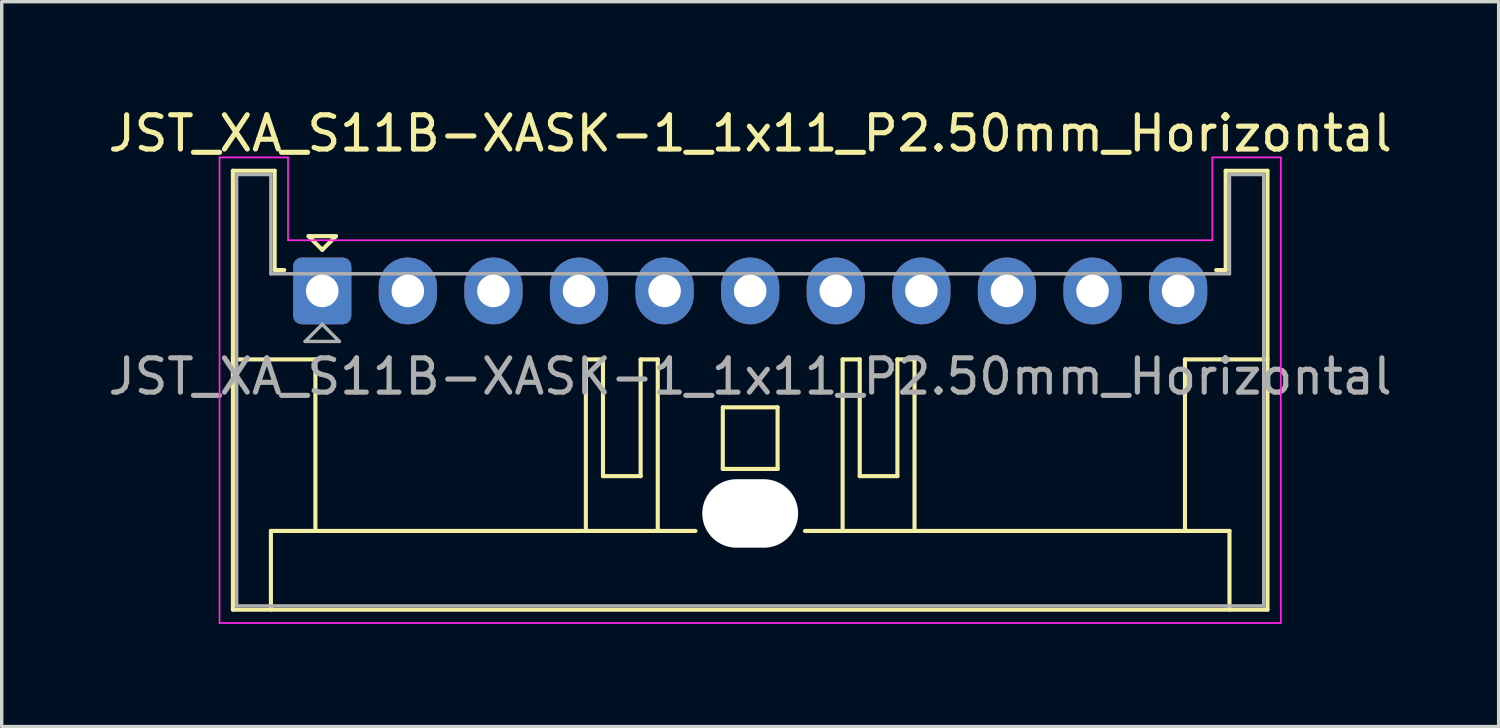
<source format=kicad_pcb>
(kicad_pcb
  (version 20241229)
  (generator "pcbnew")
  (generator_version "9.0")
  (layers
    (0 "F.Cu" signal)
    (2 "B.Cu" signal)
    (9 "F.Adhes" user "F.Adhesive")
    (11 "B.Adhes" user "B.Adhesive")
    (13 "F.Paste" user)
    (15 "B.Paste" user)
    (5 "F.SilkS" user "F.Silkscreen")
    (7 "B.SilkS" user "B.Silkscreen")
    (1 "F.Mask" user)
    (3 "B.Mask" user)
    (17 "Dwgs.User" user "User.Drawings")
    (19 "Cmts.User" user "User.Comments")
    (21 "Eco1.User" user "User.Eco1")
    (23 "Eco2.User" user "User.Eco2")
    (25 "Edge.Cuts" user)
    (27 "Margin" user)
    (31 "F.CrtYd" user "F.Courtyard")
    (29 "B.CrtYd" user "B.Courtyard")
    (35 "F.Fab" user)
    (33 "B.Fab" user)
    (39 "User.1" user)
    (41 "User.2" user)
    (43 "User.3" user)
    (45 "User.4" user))
  (footprint "JST_XA_S11B-XASK-1_1x11_P2.50mm_Horizontal"
    (layer "F.Cu")
    (at 6.363 5.448)
    (property "Reference" "JST_XA_S11B-XASK-1_1x11_P2.50mm_Horizontal" (at 12.5 -4.6 0) (layer "F.SilkS") (effects (font (size 1 1) (thickness 0.15))))
    (attr through_hole)
    (fp_line (start -2.61 -3.51) (end -2.61 9.31) (stroke (width 0.12) (type solid)) (layer "F.SilkS"))
    (fp_line (start -2.61 9.31) (end 27.61 9.31) (stroke (width 0.12) (type solid)) (layer "F.SilkS"))
    (fp_line (start -1.5 7.01) (end 10.9 7.01) (stroke (width 0.12) (type solid)) (layer "F.SilkS"))
    (fp_line (start -1.5 9.31) (end -1.5 7.01) (stroke (width 0.12) (type solid)) (layer "F.SilkS"))
    (fp_line (start -1.39 -3.51) (end -2.61 -3.51) (stroke (width 0.12) (type solid)) (layer "F.SilkS"))
    (fp_line (start -1.39 -0.61) (end -1.39 -3.51) (stroke (width 0.12) (type solid)) (layer "F.SilkS"))
    (fp_line (start -1.11 -0.61) (end -1.39 -0.61) (stroke (width 0.12) (type solid)) (layer "F.SilkS"))
    (fp_line (start -0.4 -1.6) (end 0.4 -1.6) (stroke (width 0.12) (type solid)) (layer "F.SilkS"))
    (fp_line (start -0.2 2) (end -2.61 2) (stroke (width 0.12) (type solid)) (layer "F.SilkS"))
    (fp_line (start -0.2 7.01) (end -0.2 2) (stroke (width 0.12) (type solid)) (layer "F.SilkS"))
    (fp_line (start 0 -1.2) (end -0.4 -1.6) (stroke (width 0.12) (type solid)) (layer "F.SilkS"))
    (fp_line (start 0.4 -1.6) (end 0 -1.2) (stroke (width 0.12) (type solid)) (layer "F.SilkS"))
    (fp_line (start 7.7 2) (end 7.7 7.01) (stroke (width 0.12) (type solid)) (layer "F.SilkS"))
    (fp_line (start 8.2 2) (end 7.7 2) (stroke (width 0.12) (type solid)) (layer "F.SilkS"))
    (fp_line (start 8.2 5.41) (end 8.2 2) (stroke (width 0.12) (type solid)) (layer "F.SilkS"))
    (fp_line (start 9.3 2) (end 9.3 5.41) (stroke (width 0.12) (type solid)) (layer "F.SilkS"))
    (fp_line (start 9.3 5.41) (end 8.2 5.41) (stroke (width 0.12) (type solid)) (layer "F.SilkS"))
    (fp_line (start 9.8 2) (end 9.3 2) (stroke (width 0.12) (type solid)) (layer "F.SilkS"))
    (fp_line (start 9.8 7.01) (end 9.8 2) (stroke (width 0.12) (type solid)) (layer "F.SilkS"))
    (fp_line (start 11.7 3.4) (end 13.3 3.4) (stroke (width 0.12) (type solid)) (layer "F.SilkS"))
    (fp_line (start 11.7 5.2) (end 11.7 3.4) (stroke (width 0.12) (type solid)) (layer "F.SilkS"))
    (fp_line (start 13.3 3.4) (end 13.3 5.2) (stroke (width 0.12) (type solid)) (layer "F.SilkS"))
    (fp_line (start 13.3 5.2) (end 11.7 5.2) (stroke (width 0.12) (type solid)) (layer "F.SilkS"))
    (fp_line (start 14.1 7.01) (end 26.5 7.01) (stroke (width 0.12) (type solid)) (layer "F.SilkS"))
    (fp_line (start 15.2 2) (end 15.7 2) (stroke (width 0.12) (type solid)) (layer "F.SilkS"))
    (fp_line (start 15.2 7.01) (end 15.2 2) (stroke (width 0.12) (type solid)) (layer "F.SilkS"))
    (fp_line (start 15.7 2) (end 15.7 5.41) (stroke (width 0.12) (type solid)) (layer "F.SilkS"))
    (fp_line (start 15.7 5.41) (end 16.8 5.41) (stroke (width 0.12) (type solid)) (layer "F.SilkS"))
    (fp_line (start 16.8 2) (end 17.3 2) (stroke (width 0.12) (type solid)) (layer "F.SilkS"))
    (fp_line (start 16.8 5.41) (end 16.8 2) (stroke (width 0.12) (type solid)) (layer "F.SilkS"))
    (fp_line (start 17.3 2) (end 17.3 7.01) (stroke (width 0.12) (type solid)) (layer "F.SilkS"))
    (fp_line (start 25.2 2) (end 27.61 2) (stroke (width 0.12) (type solid)) (layer "F.SilkS"))
    (fp_line (start 25.2 7.01) (end 25.2 2) (stroke (width 0.12) (type solid)) (layer "F.SilkS"))
    (fp_line (start 26.39 -3.51) (end 26.39 -0.61) (stroke (width 0.12) (type solid)) (layer "F.SilkS"))
    (fp_line (start 26.39 -0.61) (end 26.11 -0.61) (stroke (width 0.12) (type solid)) (layer "F.SilkS"))
    (fp_line (start 26.5 7.01) (end 26.5 9.31) (stroke (width 0.12) (type solid)) (layer "F.SilkS"))
    (fp_line (start 27.61 -3.51) (end 26.39 -3.51) (stroke (width 0.12) (type solid)) (layer "F.SilkS"))
    (fp_line (start 27.61 9.31) (end 27.61 -3.51) (stroke (width 0.12) (type solid)) (layer "F.SilkS"))
    (fp_line (start -3 -3.9) (end -3 9.7) (stroke (width 0.05) (type solid)) (layer "F.CrtYd"))
    (fp_line (start -3 9.7) (end 28 9.7) (stroke (width 0.05) (type solid)) (layer "F.CrtYd"))
    (fp_line (start -1 -3.9) (end -3 -3.9) (stroke (width 0.05) (type solid)) (layer "F.CrtYd"))
    (fp_line (start -1 -1.48) (end -1 -3.9) (stroke (width 0.05) (type solid)) (layer "F.CrtYd"))
    (fp_line (start 26 -3.9) (end 26 -1.48) (stroke (width 0.05) (type solid)) (layer "F.CrtYd"))
    (fp_line (start 26 -1.48) (end -1 -1.48) (stroke (width 0.05) (type solid)) (layer "F.CrtYd"))
    (fp_line (start 28 -3.9) (end 26 -3.9) (stroke (width 0.05) (type solid)) (layer "F.CrtYd"))
    (fp_line (start 28 9.7) (end 28 -3.9) (stroke (width 0.05) (type solid)) (layer "F.CrtYd"))
    (fp_line (start -2.5 -3.4) (end -2.5 9.2) (stroke (width 0.1) (type solid)) (layer "F.Fab"))
    (fp_line (start -2.5 9.2) (end 27.5 9.2) (stroke (width 0.1) (type solid)) (layer "F.Fab"))
    (fp_line (start -1.5 -3.4) (end -2.5 -3.4) (stroke (width 0.1) (type solid)) (layer "F.Fab"))
    (fp_line (start -1.5 -0.5) (end -1.5 -3.4) (stroke (width 0.1) (type solid)) (layer "F.Fab"))
    (fp_line (start -0.5 1.475) (end 0.5 1.475) (stroke (width 0.1) (type solid)) (layer "F.Fab"))
    (fp_line (start 0 0.975) (end -0.5 1.475) (stroke (width 0.1) (type solid)) (layer "F.Fab"))
    (fp_line (start 0.5 1.475) (end 0 0.975) (stroke (width 0.1) (type solid)) (layer "F.Fab"))
    (fp_line (start 26.5 -3.4) (end 26.5 -0.5) (stroke (width 0.1) (type solid)) (layer "F.Fab"))
    (fp_line (start 26.5 -0.5) (end -1.5 -0.5) (stroke (width 0.1) (type solid)) (layer "F.Fab"))
    (fp_line (start 27.5 -3.4) (end 26.5 -3.4) (stroke (width 0.1) (type solid)) (layer "F.Fab"))
    (fp_line (start 27.5 9.2) (end 27.5 -3.4) (stroke (width 0.1) (type solid)) (layer "F.Fab"))
    (fp_text user "${REFERENCE}" (at 12.5 2.5 0) (layer "F.Fab") (effects (font (size 1 1) (thickness 0.15))))
    (pad "" np_thru_hole oval (at 12.5 6.5) (size 2.8 2) (drill oval 2.8 2) (layers "*.Cu" "*.Mask"))
    (pad "1" thru_hole roundrect (at 0 0) (size 1.7 1.95) (drill 0.95) (layers "*.Cu" "*.Mask") (roundrect_rratio 0.147))
    (pad "2" thru_hole oval (at 2.5 0) (size 1.7 1.95) (drill 0.95) (layers "*.Cu" "*.Mask"))
    (pad "3" thru_hole oval (at 5 0) (size 1.7 1.95) (drill 0.95) (layers "*.Cu" "*.Mask"))
    (pad "4" thru_hole oval (at 7.5 0) (size 1.7 1.95) (drill 0.95) (layers "*.Cu" "*.Mask"))
    (pad "5" thru_hole oval (at 10 0) (size 1.7 1.95) (drill 0.95) (layers "*.Cu" "*.Mask"))
    (pad "6" thru_hole oval (at 12.5 0) (size 1.7 1.95) (drill 0.95) (layers "*.Cu" "*.Mask"))
    (pad "7" thru_hole oval (at 15 0) (size 1.7 1.95) (drill 0.95) (layers "*.Cu" "*.Mask"))
    (pad "8" thru_hole oval (at 17.5 0) (size 1.7 1.95) (drill 0.95) (layers "*.Cu" "*.Mask"))
    (pad "9" thru_hole oval (at 20 0) (size 1.7 1.95) (drill 0.95) (layers "*.Cu" "*.Mask"))
    (pad "10" thru_hole oval (at 22.5 0) (size 1.7 1.95) (drill 0.95) (layers "*.Cu" "*.Mask"))
    (pad "11" thru_hole oval (at 25 0) (size 1.7 1.95) (drill 0.95) (layers "*.Cu" "*.Mask")))
  (gr_rect
    (start -3 -3)
    (end 40.726 18.173)
    (stroke (width 0.1) (type default))
    (fill no)
    (layer "Edge.Cuts")))
</source>
